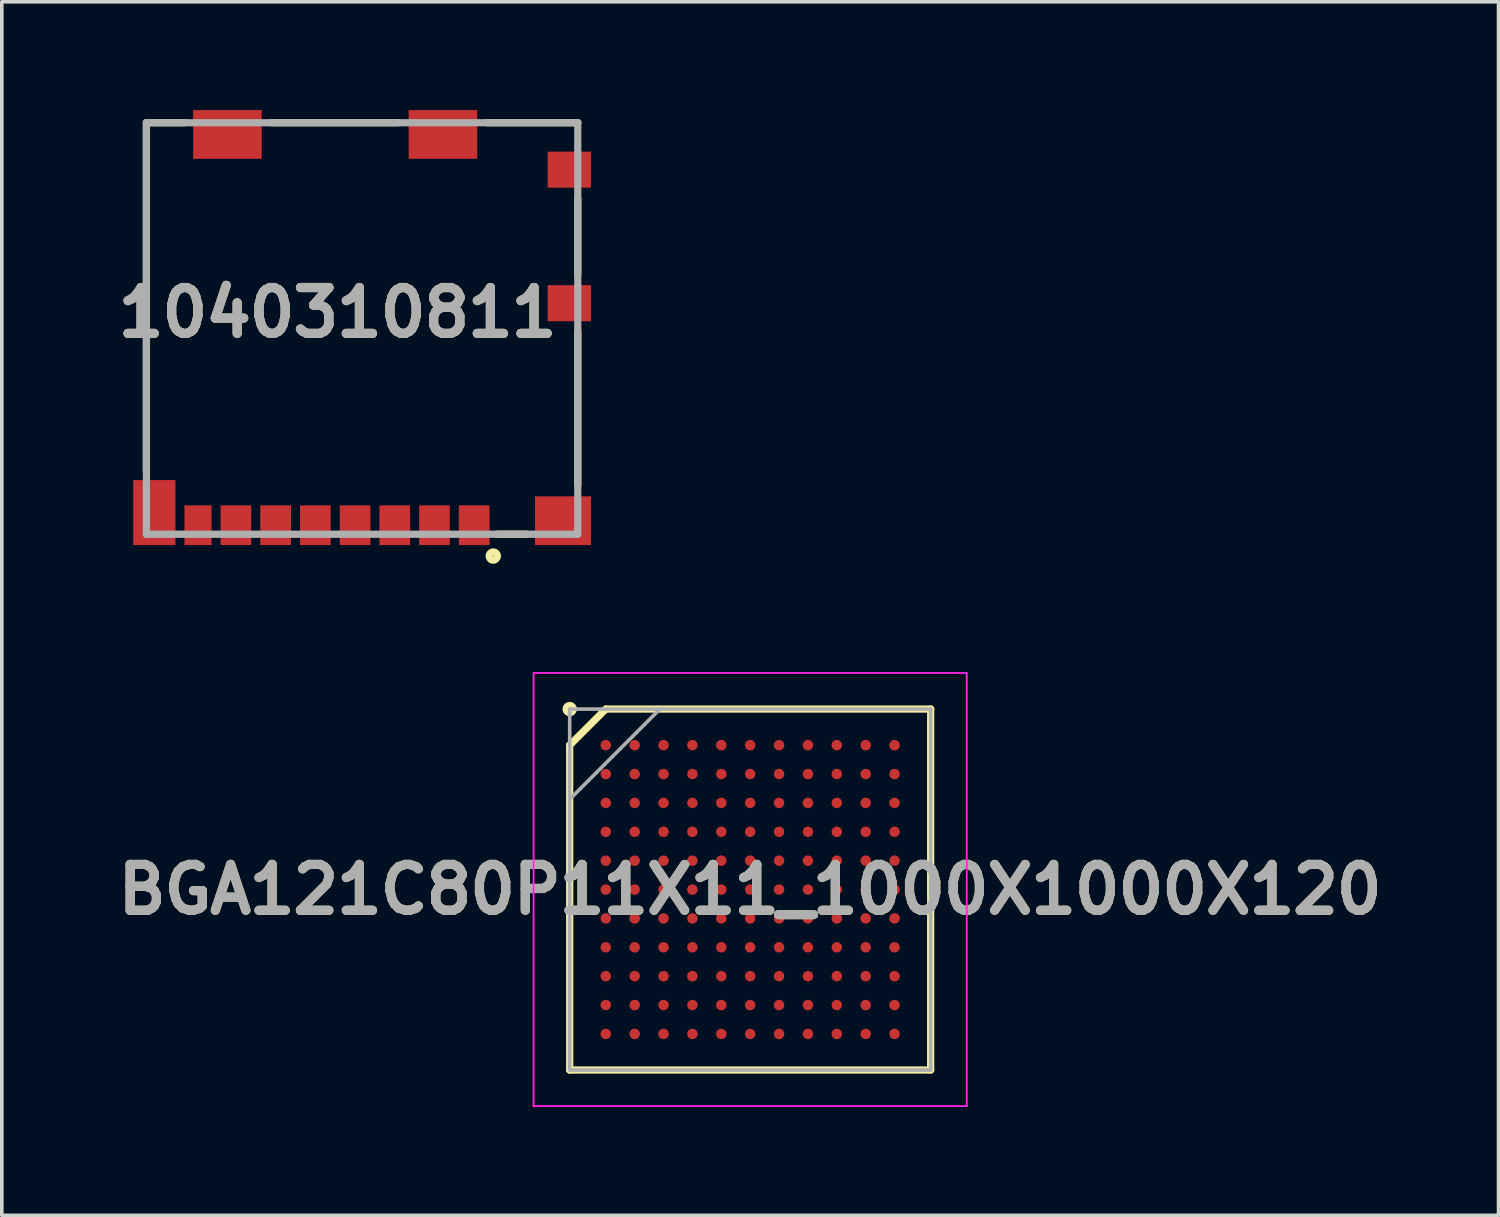
<source format=kicad_pcb>
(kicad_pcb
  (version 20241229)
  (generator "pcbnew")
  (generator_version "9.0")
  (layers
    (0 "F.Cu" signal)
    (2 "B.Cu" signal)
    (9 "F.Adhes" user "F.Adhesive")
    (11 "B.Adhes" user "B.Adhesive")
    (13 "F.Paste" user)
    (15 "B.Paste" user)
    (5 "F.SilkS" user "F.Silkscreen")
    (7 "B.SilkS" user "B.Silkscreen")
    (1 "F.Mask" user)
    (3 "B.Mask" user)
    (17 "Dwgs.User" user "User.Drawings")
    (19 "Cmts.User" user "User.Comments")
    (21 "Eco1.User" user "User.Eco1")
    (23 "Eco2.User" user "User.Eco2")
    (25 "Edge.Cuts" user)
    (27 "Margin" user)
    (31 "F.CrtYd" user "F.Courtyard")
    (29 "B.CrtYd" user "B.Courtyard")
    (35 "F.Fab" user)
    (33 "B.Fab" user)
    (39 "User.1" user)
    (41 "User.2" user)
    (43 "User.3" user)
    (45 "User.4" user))
  (footprint "1040310811"
    (layer "F.Cu")
    (at 6.981 11.75)
    (property "Reference" "1040310811" (at -0.679 -6.139 0) (layer "F.SilkS") (effects (font (size 1.27 1.27) (thickness 0.254))))
    (attr smd)
    (fp_line (start -5.975 -11.4) (end -5.975 -1.721) (stroke (width 0.2) (type solid)) (layer "F.SilkS"))
    (fp_line (start -5.975 -11.4) (end -4.914 -11.4) (stroke (width 0.2) (type solid)) (layer "F.SilkS"))
    (fp_line (start -2.5 -11.4) (end 1 -11.4) (stroke (width 0.2) (type solid)) (layer "F.SilkS"))
    (fp_line (start 3.739 0) (end 4.56 0) (stroke (width 0.2) (type solid)) (layer "F.SilkS"))
    (fp_line (start 5.975 -11.4) (end 3.455 -11.4) (stroke (width 0.2) (type solid)) (layer "F.SilkS"))
    (fp_line (start 5.975 -9.297) (end 5.975 -7.216) (stroke (width 0.2) (type solid)) (layer "F.SilkS"))
    (fp_line (start 5.975 -5.601) (end 5.975 -1.367) (stroke (width 0.2) (type solid)) (layer "F.SilkS"))
    (fp_circle (center 3.634 0.605) (end 3.634 0.718) (stroke (width 0.2) (type solid)) (fill no) (layer "F.SilkS"))
    (fp_line (start -5.975 -11.4) (end 5.975 -11.4) (stroke (width 0.2) (type solid)) (layer "F.Fab"))
    (fp_line (start -5.975 0) (end -5.975 -11.4) (stroke (width 0.2) (type solid)) (layer "F.Fab"))
    (fp_line (start 5.975 -11.4) (end 5.975 0) (stroke (width 0.2) (type solid)) (layer "F.Fab"))
    (fp_line (start 5.975 0) (end -5.975 0) (stroke (width 0.2) (type solid)) (layer "F.Fab"))
    (fp_text user "${REFERENCE}" (at -0.679 -6.139 0) (layer "F.Fab") (effects (font (size 1.27 1.27) (thickness 0.254))))
    (pad "1" smd rect (at 3.105 -0.25) (size 0.85 1.1) (layers "F.Cu" "F.Mask" "F.Paste"))
    (pad "2" smd rect (at 2.005 -0.25) (size 0.85 1.1) (layers "F.Cu" "F.Mask" "F.Paste"))
    (pad "3" smd rect (at 0.905 -0.25) (size 0.85 1.1) (layers "F.Cu" "F.Mask" "F.Paste"))
    (pad "4" smd rect (at -0.195 -0.25) (size 0.85 1.1) (layers "F.Cu" "F.Mask" "F.Paste"))
    (pad "5" smd rect (at -1.295 -0.25) (size 0.85 1.1) (layers "F.Cu" "F.Mask" "F.Paste"))
    (pad "6" smd rect (at -2.395 -0.25) (size 0.85 1.1) (layers "F.Cu" "F.Mask" "F.Paste"))
    (pad "7" smd rect (at -3.495 -0.25) (size 0.85 1.1) (layers "F.Cu" "F.Mask" "F.Paste"))
    (pad "8" smd rect (at -4.545 -0.25) (size 0.75 1.1) (layers "F.Cu" "F.Mask" "F.Paste"))
    (pad "9" smd rect (at -5.755 -0.6) (size 1.17 1.8) (layers "F.Cu" "F.Mask" "F.Paste"))
    (pad "10" smd rect (at -3.73 -11.075 90) (size 1.35 1.9) (layers "F.Cu" "F.Mask" "F.Paste"))
    (pad "11" smd rect (at 2.24 -11.075 90) (size 1.35 1.9) (layers "F.Cu" "F.Mask" "F.Paste"))
    (pad "12" smd rect (at 5.74 -10.1 90) (size 1 1.2) (layers "F.Cu" "F.Mask" "F.Paste"))
    (pad "13" smd rect (at 5.74 -6.4 90) (size 1 1.2) (layers "F.Cu" "F.Mask" "F.Paste"))
    (pad "14" smd rect (at 5.565 -0.375 90) (size 1.35 1.55) (layers "F.Cu" "F.Mask" "F.Paste")))
  (footprint "BGA121C80P11X11_1000X1000X120"
    (layer "F.Cu")
    (at 17.732 21.593)
    (property "Reference" "BGA121C80P11X11_1000X1000X120" (at 0 0 0) (layer "F.SilkS") (effects (font (size 1.27 1.27) (thickness 0.254))))
    (attr smd)
    (fp_line (start -5 -4) (end -4 -5) (stroke (width 0.2) (type solid)) (layer "F.SilkS"))
    (fp_line (start -5 5) (end -5 -4) (stroke (width 0.2) (type solid)) (layer "F.SilkS"))
    (fp_line (start -4 -5) (end 5 -5) (stroke (width 0.2) (type solid)) (layer "F.SilkS"))
    (fp_line (start 5 -5) (end 5 5) (stroke (width 0.2) (type solid)) (layer "F.SilkS"))
    (fp_line (start 5 5) (end -5 5) (stroke (width 0.2) (type solid)) (layer "F.SilkS"))
    (fp_circle (center -5 -5) (end -5 -4.9) (stroke (width 0.2) (type solid)) (fill no) (layer "F.SilkS"))
    (fp_line (start -6 -6) (end 6 -6) (stroke (width 0.05) (type solid)) (layer "F.CrtYd"))
    (fp_line (start -6 6) (end -6 -6) (stroke (width 0.05) (type solid)) (layer "F.CrtYd"))
    (fp_line (start 6 -6) (end 6 6) (stroke (width 0.05) (type solid)) (layer "F.CrtYd"))
    (fp_line (start 6 6) (end -6 6) (stroke (width 0.05) (type solid)) (layer "F.CrtYd"))
    (fp_line (start -5 -5) (end 5 -5) (stroke (width 0.1) (type solid)) (layer "F.Fab"))
    (fp_line (start -5 -2.5) (end -2.5 -5) (stroke (width 0.1) (type solid)) (layer "F.Fab"))
    (fp_line (start -5 5) (end -5 -5) (stroke (width 0.1) (type solid)) (layer "F.Fab"))
    (fp_line (start 5 -5) (end 5 5) (stroke (width 0.1) (type solid)) (layer "F.Fab"))
    (fp_line (start 5 5) (end -5 5) (stroke (width 0.1) (type solid)) (layer "F.Fab"))
    (fp_text user "${REFERENCE}" (at 0 0 0) (layer "F.Fab") (effects (font (size 1.27 1.27) (thickness 0.254))))
    (pad "A1" smd circle (at -4 -4 90) (size 0.29 0.29) (layers "F.Cu" "F.Mask" "F.Paste"))
    (pad "A2" smd circle (at -3.2 -4 90) (size 0.29 0.29) (layers "F.Cu" "F.Mask" "F.Paste"))
    (pad "A3" smd circle (at -2.4 -4 90) (size 0.29 0.29) (layers "F.Cu" "F.Mask" "F.Paste"))
    (pad "A4" smd circle (at -1.6 -4 90) (size 0.29 0.29) (layers "F.Cu" "F.Mask" "F.Paste"))
    (pad "A5" smd circle (at -0.8 -4 90) (size 0.29 0.29) (layers "F.Cu" "F.Mask" "F.Paste"))
    (pad "A6" smd circle (at 0 -4 90) (size 0.29 0.29) (layers "F.Cu" "F.Mask" "F.Paste"))
    (pad "A7" smd circle (at 0.8 -4 90) (size 0.29 0.29) (layers "F.Cu" "F.Mask" "F.Paste"))
    (pad "A8" smd circle (at 1.6 -4 90) (size 0.29 0.29) (layers "F.Cu" "F.Mask" "F.Paste"))
    (pad "A9" smd circle (at 2.4 -4 90) (size 0.29 0.29) (layers "F.Cu" "F.Mask" "F.Paste"))
    (pad "A10" smd circle (at 3.2 -4 90) (size 0.29 0.29) (layers "F.Cu" "F.Mask" "F.Paste"))
    (pad "A11" smd circle (at 4 -4 90) (size 0.29 0.29) (layers "F.Cu" "F.Mask" "F.Paste"))
    (pad "B1" smd circle (at -4 -3.2 90) (size 0.29 0.29) (layers "F.Cu" "F.Mask" "F.Paste"))
    (pad "B2" smd circle (at -3.2 -3.2 90) (size 0.29 0.29) (layers "F.Cu" "F.Mask" "F.Paste"))
    (pad "B3" smd circle (at -2.4 -3.2 90) (size 0.29 0.29) (layers "F.Cu" "F.Mask" "F.Paste"))
    (pad "B4" smd circle (at -1.6 -3.2 90) (size 0.29 0.29) (layers "F.Cu" "F.Mask" "F.Paste"))
    (pad "B5" smd circle (at -0.8 -3.2 90) (size 0.29 0.29) (layers "F.Cu" "F.Mask" "F.Paste"))
    (pad "B6" smd circle (at 0 -3.2 90) (size 0.29 0.29) (layers "F.Cu" "F.Mask" "F.Paste"))
    (pad "B7" smd circle (at 0.8 -3.2 90) (size 0.29 0.29) (layers "F.Cu" "F.Mask" "F.Paste"))
    (pad "B8" smd circle (at 1.6 -3.2 90) (size 0.29 0.29) (layers "F.Cu" "F.Mask" "F.Paste"))
    (pad "B9" smd circle (at 2.4 -3.2 90) (size 0.29 0.29) (layers "F.Cu" "F.Mask" "F.Paste"))
    (pad "B10" smd circle (at 3.2 -3.2 90) (size 0.29 0.29) (layers "F.Cu" "F.Mask" "F.Paste"))
    (pad "B11" smd circle (at 4 -3.2 90) (size 0.29 0.29) (layers "F.Cu" "F.Mask" "F.Paste"))
    (pad "C1" smd circle (at -4 -2.4 90) (size 0.29 0.29) (layers "F.Cu" "F.Mask" "F.Paste"))
    (pad "C2" smd circle (at -3.2 -2.4 90) (size 0.29 0.29) (layers "F.Cu" "F.Mask" "F.Paste"))
    (pad "C3" smd circle (at -2.4 -2.4 90) (size 0.29 0.29) (layers "F.Cu" "F.Mask" "F.Paste"))
    (pad "C4" smd circle (at -1.6 -2.4 90) (size 0.29 0.29) (layers "F.Cu" "F.Mask" "F.Paste"))
    (pad "C5" smd circle (at -0.8 -2.4 90) (size 0.29 0.29) (layers "F.Cu" "F.Mask" "F.Paste"))
    (pad "C6" smd circle (at 0 -2.4 90) (size 0.29 0.29) (layers "F.Cu" "F.Mask" "F.Paste"))
    (pad "C7" smd circle (at 0.8 -2.4 90) (size 0.29 0.29) (layers "F.Cu" "F.Mask" "F.Paste"))
    (pad "C8" smd circle (at 1.6 -2.4 90) (size 0.29 0.29) (layers "F.Cu" "F.Mask" "F.Paste"))
    (pad "C9" smd circle (at 2.4 -2.4 90) (size 0.29 0.29) (layers "F.Cu" "F.Mask" "F.Paste"))
    (pad "C10" smd circle (at 3.2 -2.4 90) (size 0.29 0.29) (layers "F.Cu" "F.Mask" "F.Paste"))
    (pad "C11" smd circle (at 4 -2.4 90) (size 0.29 0.29) (layers "F.Cu" "F.Mask" "F.Paste"))
    (pad "D1" smd circle (at -4 -1.6 90) (size 0.29 0.29) (layers "F.Cu" "F.Mask" "F.Paste"))
    (pad "D2" smd circle (at -3.2 -1.6 90) (size 0.29 0.29) (layers "F.Cu" "F.Mask" "F.Paste"))
    (pad "D3" smd circle (at -2.4 -1.6 90) (size 0.29 0.29) (layers "F.Cu" "F.Mask" "F.Paste"))
    (pad "D4" smd circle (at -1.6 -1.6 90) (size 0.29 0.29) (layers "F.Cu" "F.Mask" "F.Paste"))
    (pad "D5" smd circle (at -0.8 -1.6 90) (size 0.29 0.29) (layers "F.Cu" "F.Mask" "F.Paste"))
    (pad "D6" smd circle (at 0 -1.6 90) (size 0.29 0.29) (layers "F.Cu" "F.Mask" "F.Paste"))
    (pad "D7" smd circle (at 0.8 -1.6 90) (size 0.29 0.29) (layers "F.Cu" "F.Mask" "F.Paste"))
    (pad "D8" smd circle (at 1.6 -1.6 90) (size 0.29 0.29) (layers "F.Cu" "F.Mask" "F.Paste"))
    (pad "D9" smd circle (at 2.4 -1.6 90) (size 0.29 0.29) (layers "F.Cu" "F.Mask" "F.Paste"))
    (pad "D10" smd circle (at 3.2 -1.6 90) (size 0.29 0.29) (layers "F.Cu" "F.Mask" "F.Paste"))
    (pad "D11" smd circle (at 4 -1.6 90) (size 0.29 0.29) (layers "F.Cu" "F.Mask" "F.Paste"))
    (pad "E1" smd circle (at -4 -0.8 90) (size 0.29 0.29) (layers "F.Cu" "F.Mask" "F.Paste"))
    (pad "E2" smd circle (at -3.2 -0.8 90) (size 0.29 0.29) (layers "F.Cu" "F.Mask" "F.Paste"))
    (pad "E3" smd circle (at -2.4 -0.8 90) (size 0.29 0.29) (layers "F.Cu" "F.Mask" "F.Paste"))
    (pad "E4" smd circle (at -1.6 -0.8 90) (size 0.29 0.29) (layers "F.Cu" "F.Mask" "F.Paste"))
    (pad "E5" smd circle (at -0.8 -0.8 90) (size 0.29 0.29) (layers "F.Cu" "F.Mask" "F.Paste"))
    (pad "E6" smd circle (at 0 -0.8 90) (size 0.29 0.29) (layers "F.Cu" "F.Mask" "F.Paste"))
    (pad "E7" smd circle (at 0.8 -0.8 90) (size 0.29 0.29) (layers "F.Cu" "F.Mask" "F.Paste"))
    (pad "E8" smd circle (at 1.6 -0.8 90) (size 0.29 0.29) (layers "F.Cu" "F.Mask" "F.Paste"))
    (pad "E9" smd circle (at 2.4 -0.8 90) (size 0.29 0.29) (layers "F.Cu" "F.Mask" "F.Paste"))
    (pad "E10" smd circle (at 3.2 -0.8 90) (size 0.29 0.29) (layers "F.Cu" "F.Mask" "F.Paste"))
    (pad "E11" smd circle (at 4 -0.8 90) (size 0.29 0.29) (layers "F.Cu" "F.Mask" "F.Paste"))
    (pad "F1" smd circle (at -4 0 90) (size 0.29 0.29) (layers "F.Cu" "F.Mask" "F.Paste"))
    (pad "F2" smd circle (at -3.2 0 90) (size 0.29 0.29) (layers "F.Cu" "F.Mask" "F.Paste"))
    (pad "F3" smd circle (at -2.4 0 90) (size 0.29 0.29) (layers "F.Cu" "F.Mask" "F.Paste"))
    (pad "F4" smd circle (at -1.6 0 90) (size 0.29 0.29) (layers "F.Cu" "F.Mask" "F.Paste"))
    (pad "F5" smd circle (at -0.8 0 90) (size 0.29 0.29) (layers "F.Cu" "F.Mask" "F.Paste"))
    (pad "F6" smd circle (at 0 0 90) (size 0.29 0.29) (layers "F.Cu" "F.Mask" "F.Paste"))
    (pad "F7" smd circle (at 0.8 0 90) (size 0.29 0.29) (layers "F.Cu" "F.Mask" "F.Paste"))
    (pad "F8" smd circle (at 1.6 0 90) (size 0.29 0.29) (layers "F.Cu" "F.Mask" "F.Paste"))
    (pad "F9" smd circle (at 2.4 0 90) (size 0.29 0.29) (layers "F.Cu" "F.Mask" "F.Paste"))
    (pad "F10" smd circle (at 3.2 0 90) (size 0.29 0.29) (layers "F.Cu" "F.Mask" "F.Paste"))
    (pad "F11" smd circle (at 4 0 90) (size 0.29 0.29) (layers "F.Cu" "F.Mask" "F.Paste"))
    (pad "G1" smd circle (at -4 0.8 90) (size 0.29 0.29) (layers "F.Cu" "F.Mask" "F.Paste"))
    (pad "G2" smd circle (at -3.2 0.8 90) (size 0.29 0.29) (layers "F.Cu" "F.Mask" "F.Paste"))
    (pad "G3" smd circle (at -2.4 0.8 90) (size 0.29 0.29) (layers "F.Cu" "F.Mask" "F.Paste"))
    (pad "G4" smd circle (at -1.6 0.8 90) (size 0.29 0.29) (layers "F.Cu" "F.Mask" "F.Paste"))
    (pad "G5" smd circle (at -0.8 0.8 90) (size 0.29 0.29) (layers "F.Cu" "F.Mask" "F.Paste"))
    (pad "G6" smd circle (at 0 0.8 90) (size 0.29 0.29) (layers "F.Cu" "F.Mask" "F.Paste"))
    (pad "G7" smd circle (at 0.8 0.8 90) (size 0.29 0.29) (layers "F.Cu" "F.Mask" "F.Paste"))
    (pad "G8" smd circle (at 1.6 0.8 90) (size 0.29 0.29) (layers "F.Cu" "F.Mask" "F.Paste"))
    (pad "G9" smd circle (at 2.4 0.8 90) (size 0.29 0.29) (layers "F.Cu" "F.Mask" "F.Paste"))
    (pad "G10" smd circle (at 3.2 0.8 90) (size 0.29 0.29) (layers "F.Cu" "F.Mask" "F.Paste"))
    (pad "G11" smd circle (at 4 0.8 90) (size 0.29 0.29) (layers "F.Cu" "F.Mask" "F.Paste"))
    (pad "H1" smd circle (at -4 1.6 90) (size 0.29 0.29) (layers "F.Cu" "F.Mask" "F.Paste"))
    (pad "H2" smd circle (at -3.2 1.6 90) (size 0.29 0.29) (layers "F.Cu" "F.Mask" "F.Paste"))
    (pad "H3" smd circle (at -2.4 1.6 90) (size 0.29 0.29) (layers "F.Cu" "F.Mask" "F.Paste"))
    (pad "H4" smd circle (at -1.6 1.6 90) (size 0.29 0.29) (layers "F.Cu" "F.Mask" "F.Paste"))
    (pad "H5" smd circle (at -0.8 1.6 90) (size 0.29 0.29) (layers "F.Cu" "F.Mask" "F.Paste"))
    (pad "H6" smd circle (at 0 1.6 90) (size 0.29 0.29) (layers "F.Cu" "F.Mask" "F.Paste"))
    (pad "H7" smd circle (at 0.8 1.6 90) (size 0.29 0.29) (layers "F.Cu" "F.Mask" "F.Paste"))
    (pad "H8" smd circle (at 1.6 1.6 90) (size 0.29 0.29) (layers "F.Cu" "F.Mask" "F.Paste"))
    (pad "H9" smd circle (at 2.4 1.6 90) (size 0.29 0.29) (layers "F.Cu" "F.Mask" "F.Paste"))
    (pad "H10" smd circle (at 3.2 1.6 90) (size 0.29 0.29) (layers "F.Cu" "F.Mask" "F.Paste"))
    (pad "H11" smd circle (at 4 1.6 90) (size 0.29 0.29) (layers "F.Cu" "F.Mask" "F.Paste"))
    (pad "J1" smd circle (at -4 2.4 90) (size 0.29 0.29) (layers "F.Cu" "F.Mask" "F.Paste"))
    (pad "J2" smd circle (at -3.2 2.4 90) (size 0.29 0.29) (layers "F.Cu" "F.Mask" "F.Paste"))
    (pad "J3" smd circle (at -2.4 2.4 90) (size 0.29 0.29) (layers "F.Cu" "F.Mask" "F.Paste"))
    (pad "J4" smd circle (at -1.6 2.4 90) (size 0.29 0.29) (layers "F.Cu" "F.Mask" "F.Paste"))
    (pad "J5" smd circle (at -0.8 2.4 90) (size 0.29 0.29) (layers "F.Cu" "F.Mask" "F.Paste"))
    (pad "J6" smd circle (at 0 2.4 90) (size 0.29 0.29) (layers "F.Cu" "F.Mask" "F.Paste"))
    (pad "J7" smd circle (at 0.8 2.4 90) (size 0.29 0.29) (layers "F.Cu" "F.Mask" "F.Paste"))
    (pad "J8" smd circle (at 1.6 2.4 90) (size 0.29 0.29) (layers "F.Cu" "F.Mask" "F.Paste"))
    (pad "J9" smd circle (at 2.4 2.4 90) (size 0.29 0.29) (layers "F.Cu" "F.Mask" "F.Paste"))
    (pad "J10" smd circle (at 3.2 2.4 90) (size 0.29 0.29) (layers "F.Cu" "F.Mask" "F.Paste"))
    (pad "J11" smd circle (at 4 2.4 90) (size 0.29 0.29) (layers "F.Cu" "F.Mask" "F.Paste"))
    (pad "K1" smd circle (at -4 3.2 90) (size 0.29 0.29) (layers "F.Cu" "F.Mask" "F.Paste"))
    (pad "K2" smd circle (at -3.2 3.2 90) (size 0.29 0.29) (layers "F.Cu" "F.Mask" "F.Paste"))
    (pad "K3" smd circle (at -2.4 3.2 90) (size 0.29 0.29) (layers "F.Cu" "F.Mask" "F.Paste"))
    (pad "K4" smd circle (at -1.6 3.2 90) (size 0.29 0.29) (layers "F.Cu" "F.Mask" "F.Paste"))
    (pad "K5" smd circle (at -0.8 3.2 90) (size 0.29 0.29) (layers "F.Cu" "F.Mask" "F.Paste"))
    (pad "K6" smd circle (at 0 3.2 90) (size 0.29 0.29) (layers "F.Cu" "F.Mask" "F.Paste"))
    (pad "K7" smd circle (at 0.8 3.2 90) (size 0.29 0.29) (layers "F.Cu" "F.Mask" "F.Paste"))
    (pad "K8" smd circle (at 1.6 3.2 90) (size 0.29 0.29) (layers "F.Cu" "F.Mask" "F.Paste"))
    (pad "K9" smd circle (at 2.4 3.2 90) (size 0.29 0.29) (layers "F.Cu" "F.Mask" "F.Paste"))
    (pad "K10" smd circle (at 3.2 3.2 90) (size 0.29 0.29) (layers "F.Cu" "F.Mask" "F.Paste"))
    (pad "K11" smd circle (at 4 3.2 90) (size 0.29 0.29) (layers "F.Cu" "F.Mask" "F.Paste"))
    (pad "L1" smd circle (at -4 4 90) (size 0.29 0.29) (layers "F.Cu" "F.Mask" "F.Paste"))
    (pad "L2" smd circle (at -3.2 4 90) (size 0.29 0.29) (layers "F.Cu" "F.Mask" "F.Paste"))
    (pad "L3" smd circle (at -2.4 4 90) (size 0.29 0.29) (layers "F.Cu" "F.Mask" "F.Paste"))
    (pad "L4" smd circle (at -1.6 4 90) (size 0.29 0.29) (layers "F.Cu" "F.Mask" "F.Paste"))
    (pad "L5" smd circle (at -0.8 4 90) (size 0.29 0.29) (layers "F.Cu" "F.Mask" "F.Paste"))
    (pad "L6" smd circle (at 0 4 90) (size 0.29 0.29) (layers "F.Cu" "F.Mask" "F.Paste"))
    (pad "L7" smd circle (at 0.8 4 90) (size 0.29 0.29) (layers "F.Cu" "F.Mask" "F.Paste"))
    (pad "L8" smd circle (at 1.6 4 90) (size 0.29 0.29) (layers "F.Cu" "F.Mask" "F.Paste"))
    (pad "L9" smd circle (at 2.4 4 90) (size 0.29 0.29) (layers "F.Cu" "F.Mask" "F.Paste"))
    (pad "L10" smd circle (at 3.2 4 90) (size 0.29 0.29) (layers "F.Cu" "F.Mask" "F.Paste"))
    (pad "L11" smd circle (at 4 4 90) (size 0.29 0.29) (layers "F.Cu" "F.Mask" "F.Paste")))
  (gr_rect
    (start -3 -3)
    (end 38.463 30.618)
    (stroke (width 0.1) (type default))
    (fill no)
    (layer "Edge.Cuts")))
</source>
